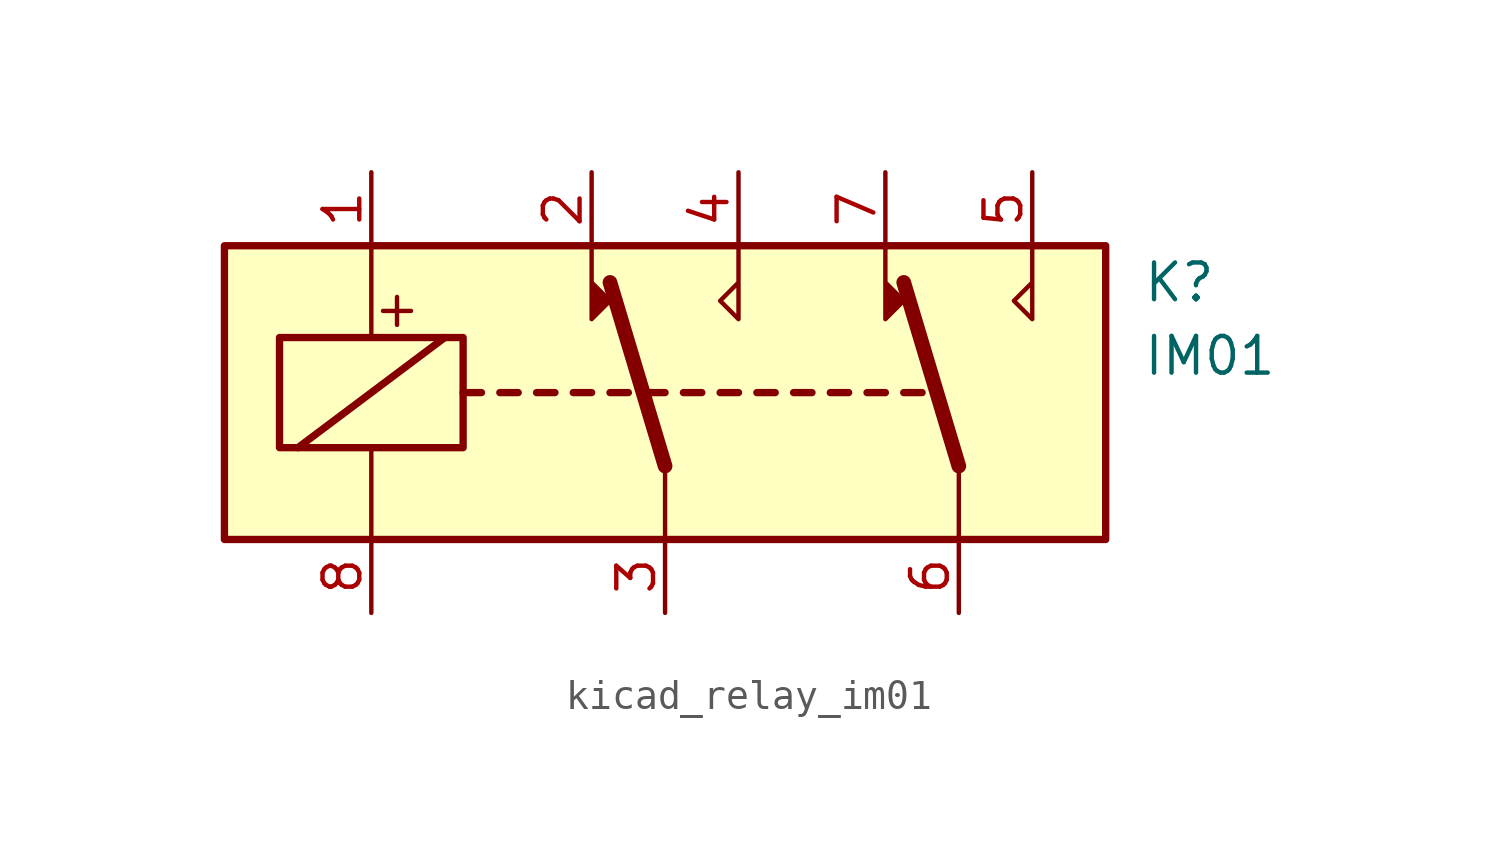
<source format=kicad_sym>
(kicad_symbol_lib
  (version 20220914)
  (generator kicad_symbol_editor)
  (symbol "kicad_relay_im01"
    (property "Reference" "K"
      (at 16.51 3.81 0)
      (effects (font (size 1.27 1.27)) (justify left)))
    (property "Value" "IM01"
      (at 16.51 1.27 0)
      (effects (font (size 1.27 1.27)) (justify left)))
    (symbol "kicad_relay_im01_0_0"
      (text "+" (at -9.271 2.921 0) (effects (font (size 1.27 1.27)))))
    (symbol "kicad_relay_im01_0_1"
      (rectangle (start -15.24 5.08) (end 15.24 -5.08) (stroke (width 0.254) (type default)) (fill (type background)))
      (rectangle (start -13.335 1.905) (end -6.985 -1.905) (stroke (width 0.254) (type default)) (fill (type none)))
      (polyline (pts (xy -12.7 -1.905) (xy -7.62 1.905)) (stroke (width 0.254) (type default)) (fill (type none)))
      (polyline (pts (xy -10.16 -5.08) (xy -10.16 -1.905)) (stroke (width 0) (type default)) (fill (type none)))
      (polyline (pts (xy -10.16 5.08) (xy -10.16 1.905)) (stroke (width 0) (type default)) (fill (type none)))
      (polyline (pts (xy -6.985 0) (xy -6.35 0)) (stroke (width 0.254) (type default)) (fill (type none)))
      (polyline (pts (xy -5.715 0) (xy -5.08 0)) (stroke (width 0.254) (type default)) (fill (type none)))
      (polyline (pts (xy -4.445 0) (xy -3.81 0)) (stroke (width 0.254) (type default)) (fill (type none)))
      (polyline (pts (xy -3.175 0) (xy -2.54 0)) (stroke (width 0.254) (type default)) (fill (type none)))
      (polyline (pts (xy -1.905 0) (xy -1.27 0)) (stroke (width 0.254) (type default)) (fill (type none)))
      (polyline (pts (xy -0.635 0) (xy 0 0)) (stroke (width 0.254) (type default)) (fill (type none)))
      (polyline (pts (xy 0 -2.54) (xy -1.905 3.81)) (stroke (width 0.508) (type default)) (fill (type none)))
      (polyline (pts (xy 0 -2.54) (xy 0 -5.08)) (stroke (width 0) (type default)) (fill (type none)))
      (polyline (pts (xy 0.635 0) (xy 1.27 0)) (stroke (width 0.254) (type default)) (fill (type none)))
      (polyline (pts (xy 1.905 0) (xy 2.54 0)) (stroke (width 0.254) (type default)) (fill (type none)))
      (polyline (pts (xy 3.175 0) (xy 3.81 0)) (stroke (width 0.254) (type default)) (fill (type none)))
      (polyline (pts (xy 4.445 0) (xy 5.08 0)) (stroke (width 0.254) (type default)) (fill (type none)))
      (polyline (pts (xy 5.715 0) (xy 6.35 0)) (stroke (width 0.254) (type default)) (fill (type none)))
      (polyline (pts (xy 6.985 0) (xy 7.62 0)) (stroke (width 0.254) (type default)) (fill (type none)))
      (polyline (pts (xy 8.255 0) (xy 8.89 0)) (stroke (width 0.254) (type default)) (fill (type none)))
      (polyline (pts (xy 10.16 -2.54) (xy 8.255 3.81)) (stroke (width 0.508) (type default)) (fill (type none)))
      (polyline (pts (xy 10.16 -2.54) (xy 10.16 -5.08)) (stroke (width 0) (type default)) (fill (type none)))
      (polyline (pts (xy -2.54 5.08) (xy -2.54 2.54) (xy -1.905 3.175) (xy -2.54 3.81)) (stroke (width 0) (type default)) (fill (type outline)))
      (polyline (pts (xy 2.54 5.08) (xy 2.54 2.54) (xy 1.905 3.175) (xy 2.54 3.81)) (stroke (width 0) (type default)) (fill (type none)))
      (polyline (pts (xy 7.62 5.08) (xy 7.62 2.54) (xy 8.255 3.175) (xy 7.62 3.81)) (stroke (width 0) (type default)) (fill (type outline)))
      (polyline (pts (xy 12.7 5.08) (xy 12.7 2.54) (xy 12.065 3.175) (xy 12.7 3.81)) (stroke (width 0) (type default)) (fill (type none))))
    (symbol "kicad_relay_im01_1_1"
      (pin passive line (at -10.16 7.62 270) (length 2.54) (name "~" (effects (font (size 1.27 1.27)))) (number "1" (effects (font (size 1.27 1.27)))))
      (pin passive line (at -2.54 7.62 270) (length 2.54) (name "~" (effects (font (size 1.27 1.27)))) (number "2" (effects (font (size 1.27 1.27)))))
      (pin passive line (at 0 -7.62 90) (length 2.54) (name "~" (effects (font (size 1.27 1.27)))) (number "3" (effects (font (size 1.27 1.27)))))
      (pin passive line (at 2.54 7.62 270) (length 2.54) (name "~" (effects (font (size 1.27 1.27)))) (number "4" (effects (font (size 1.27 1.27)))))
      (pin passive line (at 12.7 7.62 270) (length 2.54) (name "~" (effects (font (size 1.27 1.27)))) (number "5" (effects (font (size 1.27 1.27)))))
      (pin passive line (at 10.16 -7.62 90) (length 2.54) (name "~" (effects (font (size 1.27 1.27)))) (number "6" (effects (font (size 1.27 1.27)))))
      (pin passive line (at 7.62 7.62 270) (length 2.54) (name "~" (effects (font (size 1.27 1.27)))) (number "7" (effects (font (size 1.27 1.27)))))
      (pin passive line (at -10.16 -7.62 90) (length 2.54) (name "~" (effects (font (size 1.27 1.27)))) (number "8" (effects (font (size 1.27 1.27))))))))
</source>
